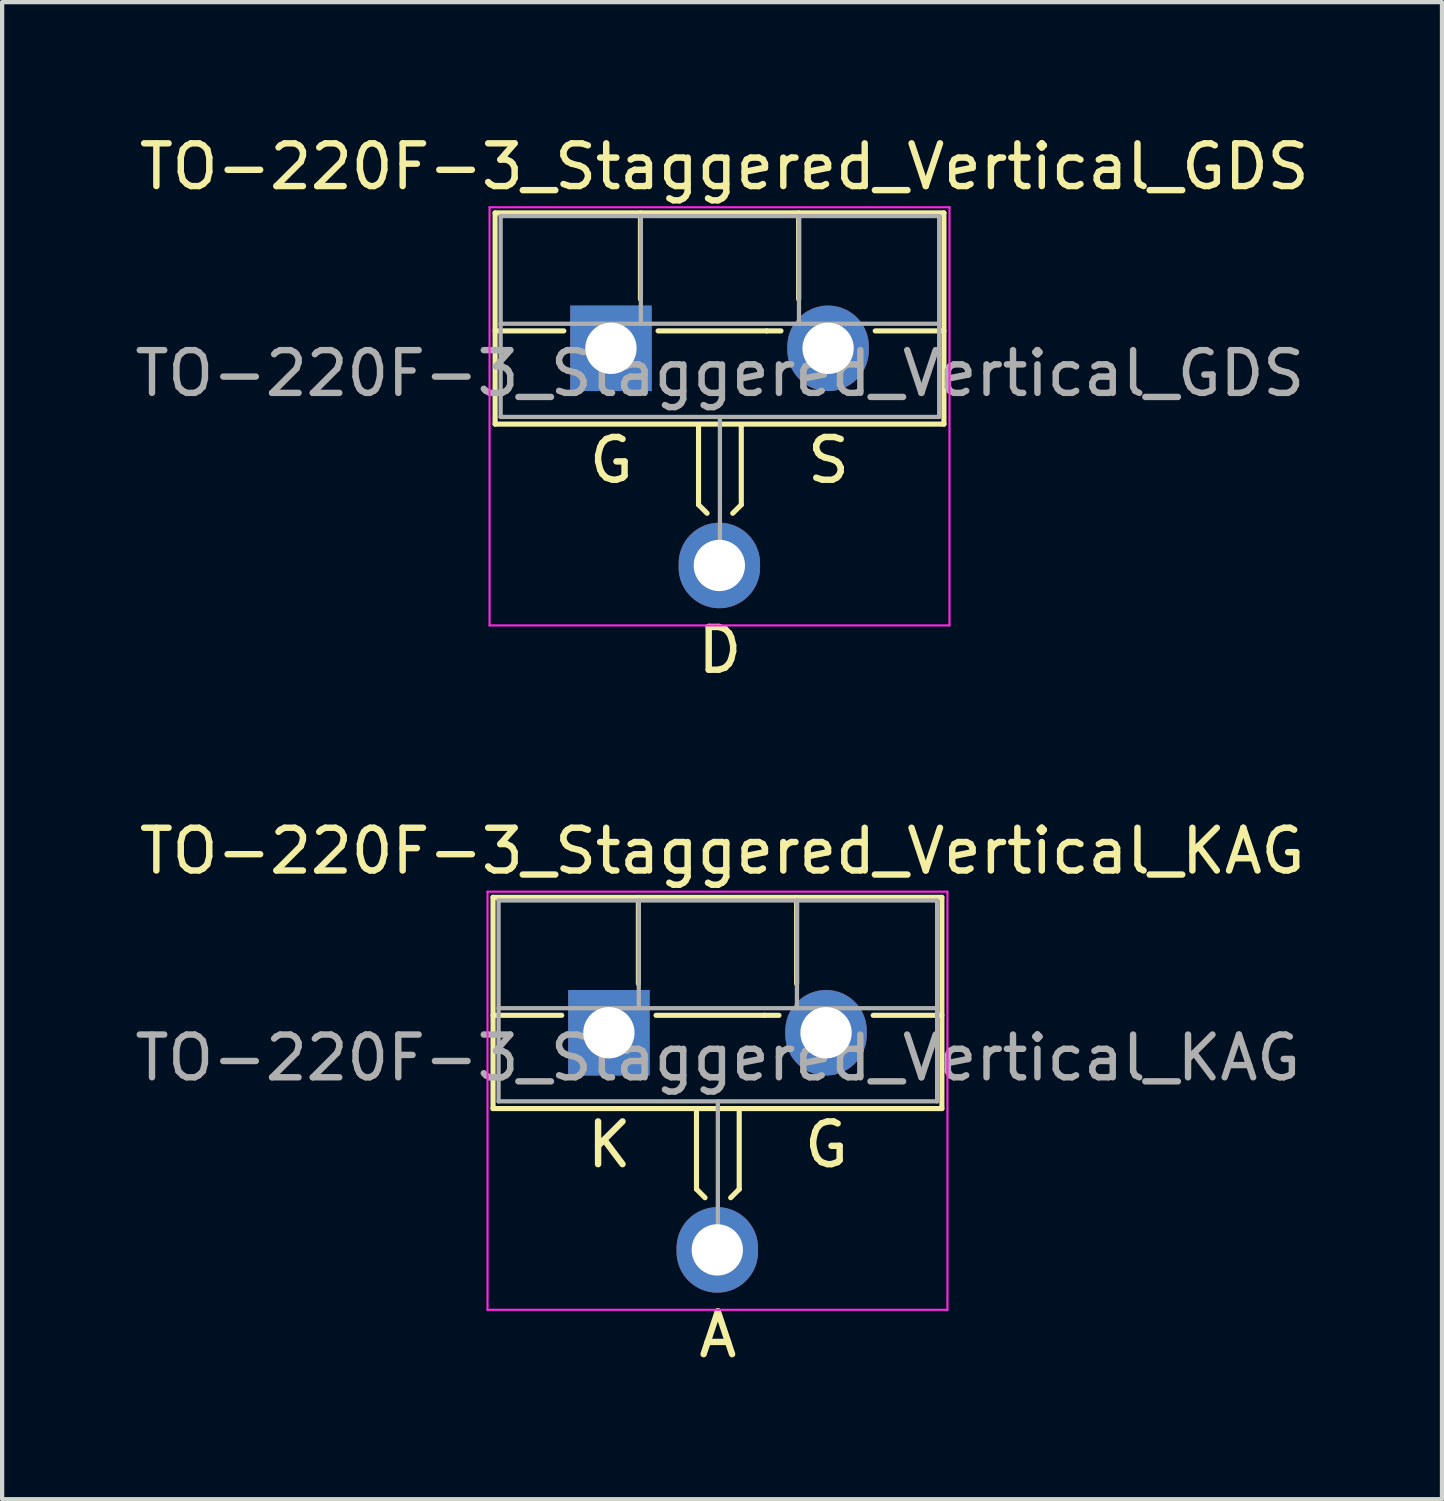
<source format=kicad_pcb>
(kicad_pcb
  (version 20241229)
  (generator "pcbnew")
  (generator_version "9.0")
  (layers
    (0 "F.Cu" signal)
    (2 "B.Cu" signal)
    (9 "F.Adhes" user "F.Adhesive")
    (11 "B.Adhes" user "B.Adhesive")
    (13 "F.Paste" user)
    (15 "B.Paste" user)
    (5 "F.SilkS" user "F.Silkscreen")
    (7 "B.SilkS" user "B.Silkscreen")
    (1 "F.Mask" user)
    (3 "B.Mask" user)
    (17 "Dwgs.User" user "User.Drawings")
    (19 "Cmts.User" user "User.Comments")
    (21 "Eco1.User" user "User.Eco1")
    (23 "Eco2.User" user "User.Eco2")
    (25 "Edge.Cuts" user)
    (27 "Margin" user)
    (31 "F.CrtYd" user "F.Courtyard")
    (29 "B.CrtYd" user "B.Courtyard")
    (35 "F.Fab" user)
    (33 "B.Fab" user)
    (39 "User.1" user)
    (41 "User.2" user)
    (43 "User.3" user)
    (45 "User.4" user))
  (footprint "TO-220F-3_Staggered_Vertical_KAG"
    (layer "F.Cu")
    (at 11.204 21.063)
    (property "Reference" "TO-220F-3_Staggered_Vertical_KAG" (at 2.642 -4.203 0) (layer "F.SilkS") (effects (font (size 1 1) (thickness 0.15))))
    (fp_line (start -2.719 -3.12) (end -2.719 1.821) (stroke (width 0.12) (type solid)) (layer "F.SilkS"))
    (fp_line (start -2.719 -3.12) (end 7.781 -3.12) (stroke (width 0.12) (type solid)) (layer "F.SilkS"))
    (fp_line (start -2.719 -0.36) (end -1.112 -0.36) (stroke (width 0.12) (type solid)) (layer "F.SilkS"))
    (fp_line (start -2.719 1.821) (end 7.781 1.821) (stroke (width 0.12) (type solid)) (layer "F.SilkS"))
    (fp_line (start 0.681 -3.12) (end 0.681 -1.102) (stroke (width 0.12) (type solid)) (layer "F.SilkS"))
    (fp_line (start 1.094 -0.36) (end 3.634 -0.36) (stroke (width 0.12) (type solid)) (layer "F.SilkS"))
    (fp_line (start 2.04 1.841) (end 2.04 3.707) (stroke (width 0.12) (type solid)) (layer "F.SilkS"))
    (fp_line (start 2.04 3.707) (end 2.24 3.907) (stroke (width 0.12) (type solid)) (layer "F.SilkS"))
    (fp_line (start 3.04 1.841) (end 3.04 3.707) (stroke (width 0.12) (type solid)) (layer "F.SilkS"))
    (fp_line (start 3.04 3.707) (end 2.84 3.907) (stroke (width 0.12) (type solid)) (layer "F.SilkS"))
    (fp_line (start 3.634 -0.36) (end 3.969 -0.36) (stroke (width 0.12) (type solid)) (layer "F.SilkS"))
    (fp_line (start 4.382 -3.12) (end 4.382 -1.102) (stroke (width 0.12) (type solid)) (layer "F.SilkS"))
    (fp_line (start 6.174 -0.36) (end 7.781 -0.36) (stroke (width 0.12) (type solid)) (layer "F.SilkS"))
    (fp_line (start 7.781 -3.12) (end 7.781 1.821) (stroke (width 0.12) (type solid)) (layer "F.SilkS"))
    (fp_line (start -2.849 -3.252) (end -2.849 6.53) (stroke (width 0.05) (type solid)) (layer "F.CrtYd"))
    (fp_line (start -2.849 6.53) (end 7.911 6.53) (stroke (width 0.05) (type solid)) (layer "F.CrtYd"))
    (fp_line (start 7.911 -3.252) (end -2.849 -3.252) (stroke (width 0.05) (type solid)) (layer "F.CrtYd"))
    (fp_line (start 7.911 6.53) (end 7.911 -3.252) (stroke (width 0.05) (type solid)) (layer "F.CrtYd"))
    (fp_line (start -2.59 -3.047) (end -2.59 1.653) (stroke (width 0.1) (type solid)) (layer "F.Fab"))
    (fp_line (start -2.59 -0.527) (end 7.67 -0.527) (stroke (width 0.1) (type solid)) (layer "F.Fab"))
    (fp_line (start -2.59 1.653) (end 7.67 1.653) (stroke (width 0.1) (type solid)) (layer "F.Fab"))
    (fp_line (start 0.69 -3.047) (end 0.69 -0.527) (stroke (width 0.1) (type solid)) (layer "F.Fab"))
    (fp_line (start 2.54 5.08) (end 2.54 1.653) (stroke (width 0.1) (type solid)) (layer "F.Fab"))
    (fp_line (start 4.39 -3.047) (end 4.39 -0.527) (stroke (width 0.1) (type solid)) (layer "F.Fab"))
    (fp_line (start 7.67 -3.047) (end -2.59 -3.047) (stroke (width 0.1) (type solid)) (layer "F.Fab"))
    (fp_line (start 7.67 1.653) (end 7.67 -3.047) (stroke (width 0.1) (type solid)) (layer "F.Fab"))
    (fp_text user "K" (at 0 2.667 0) (unlocked yes) (layer "F.SilkS") (effects (font (size 1 1) (thickness 0.15))))
    (fp_text user "G" (at 5.08 2.667 0) (unlocked yes) (layer "F.SilkS") (effects (font (size 1 1) (thickness 0.15))))
    (fp_text user "A" (at 2.54 7.112 0) (unlocked yes) (layer "F.SilkS") (effects (font (size 1 1) (thickness 0.15))))
    (fp_text user "${REFERENCE}" (at 2.54 0.635 0) (layer "F.Fab") (effects (font (size 1 1) (thickness 0.15))))
    (pad "1" thru_hole rect (at -0.009 0.048) (size 1.905 2) (drill 1.2) (layers "*.Cu" "*.Mask"))
    (pad "2" thru_hole oval (at 2.527 5.128) (size 1.905 2) (drill 1.2) (layers "*.Cu" "*.Mask"))
    (pad "3" thru_hole oval (at 5.071 0.048) (size 1.905 2) (drill 1.2) (layers "*.Cu" "*.Mask")))
  (footprint "TO-220F-3_Staggered_Vertical_GDS"
    (layer "F.Cu")
    (at 11.252 5.051)
    (property "Reference" "TO-220F-3_Staggered_Vertical_GDS" (at 2.642 -4.203 0) (layer "F.SilkS") (effects (font (size 1 1) (thickness 0.15))))
    (fp_line (start -2.719 -3.12) (end -2.719 1.821) (stroke (width 0.12) (type solid)) (layer "F.SilkS"))
    (fp_line (start -2.719 -3.12) (end 7.781 -3.12) (stroke (width 0.12) (type solid)) (layer "F.SilkS"))
    (fp_line (start -2.719 -0.36) (end -1.112 -0.36) (stroke (width 0.12) (type solid)) (layer "F.SilkS"))
    (fp_line (start -2.719 1.821) (end 7.781 1.821) (stroke (width 0.12) (type solid)) (layer "F.SilkS"))
    (fp_line (start 0.681 -3.12) (end 0.681 -1.102) (stroke (width 0.12) (type solid)) (layer "F.SilkS"))
    (fp_line (start 1.094 -0.36) (end 3.634 -0.36) (stroke (width 0.12) (type solid)) (layer "F.SilkS"))
    (fp_line (start 2.04 1.841) (end 2.04 3.707) (stroke (width 0.12) (type solid)) (layer "F.SilkS"))
    (fp_line (start 2.04 3.707) (end 2.24 3.907) (stroke (width 0.12) (type solid)) (layer "F.SilkS"))
    (fp_line (start 3.04 1.841) (end 3.04 3.707) (stroke (width 0.12) (type solid)) (layer "F.SilkS"))
    (fp_line (start 3.04 3.707) (end 2.84 3.907) (stroke (width 0.12) (type solid)) (layer "F.SilkS"))
    (fp_line (start 3.634 -0.36) (end 3.969 -0.36) (stroke (width 0.12) (type solid)) (layer "F.SilkS"))
    (fp_line (start 4.382 -3.12) (end 4.382 -1.102) (stroke (width 0.12) (type solid)) (layer "F.SilkS"))
    (fp_line (start 6.174 -0.36) (end 7.781 -0.36) (stroke (width 0.12) (type solid)) (layer "F.SilkS"))
    (fp_line (start 7.781 -3.12) (end 7.781 1.821) (stroke (width 0.12) (type solid)) (layer "F.SilkS"))
    (fp_line (start -2.849 -3.252) (end -2.849 6.53) (stroke (width 0.05) (type solid)) (layer "F.CrtYd"))
    (fp_line (start -2.849 6.53) (end 7.911 6.53) (stroke (width 0.05) (type solid)) (layer "F.CrtYd"))
    (fp_line (start 7.911 -3.252) (end -2.849 -3.252) (stroke (width 0.05) (type solid)) (layer "F.CrtYd"))
    (fp_line (start 7.911 6.53) (end 7.911 -3.252) (stroke (width 0.05) (type solid)) (layer "F.CrtYd"))
    (fp_line (start -2.59 -3.047) (end -2.59 1.653) (stroke (width 0.1) (type solid)) (layer "F.Fab"))
    (fp_line (start -2.59 -0.527) (end 7.67 -0.527) (stroke (width 0.1) (type solid)) (layer "F.Fab"))
    (fp_line (start -2.59 1.653) (end 7.67 1.653) (stroke (width 0.1) (type solid)) (layer "F.Fab"))
    (fp_line (start 0.69 -3.047) (end 0.69 -0.527) (stroke (width 0.1) (type solid)) (layer "F.Fab"))
    (fp_line (start 2.54 5.08) (end 2.54 1.653) (stroke (width 0.1) (type solid)) (layer "F.Fab"))
    (fp_line (start 4.39 -3.047) (end 4.39 -0.527) (stroke (width 0.1) (type solid)) (layer "F.Fab"))
    (fp_line (start 7.67 -3.047) (end -2.59 -3.047) (stroke (width 0.1) (type solid)) (layer "F.Fab"))
    (fp_line (start 7.67 1.653) (end 7.67 -3.047) (stroke (width 0.1) (type solid)) (layer "F.Fab"))
    (fp_text user "G" (at 0 2.667 0) (unlocked yes) (layer "F.SilkS") (effects (font (size 1 1) (thickness 0.15))))
    (fp_text user "D" (at 2.54 7.112 0) (unlocked yes) (layer "F.SilkS") (effects (font (size 1 1) (thickness 0.15))))
    (fp_text user "S" (at 5.08 2.667 0) (unlocked yes) (layer "F.SilkS") (effects (font (size 1 1) (thickness 0.15))))
    (fp_text user "${REFERENCE}" (at 2.54 0.635 0) (layer "F.Fab") (effects (font (size 1 1) (thickness 0.15))))
    (pad "1" thru_hole rect (at -0.009 0.048) (size 1.905 2) (drill 1.2) (layers "*.Cu" "*.Mask"))
    (pad "2" thru_hole oval (at 2.527 5.128) (size 1.905 2) (drill 1.2) (layers "*.Cu" "*.Mask"))
    (pad "3" thru_hole oval (at 5.071 0.048) (size 1.905 2) (drill 1.2) (layers "*.Cu" "*.Mask")))
  (gr_rect
    (start -3 -3)
    (end 30.685 32.023)
    (stroke (width 0.1) (type default))
    (fill no)
    (layer "Edge.Cuts")))
</source>
